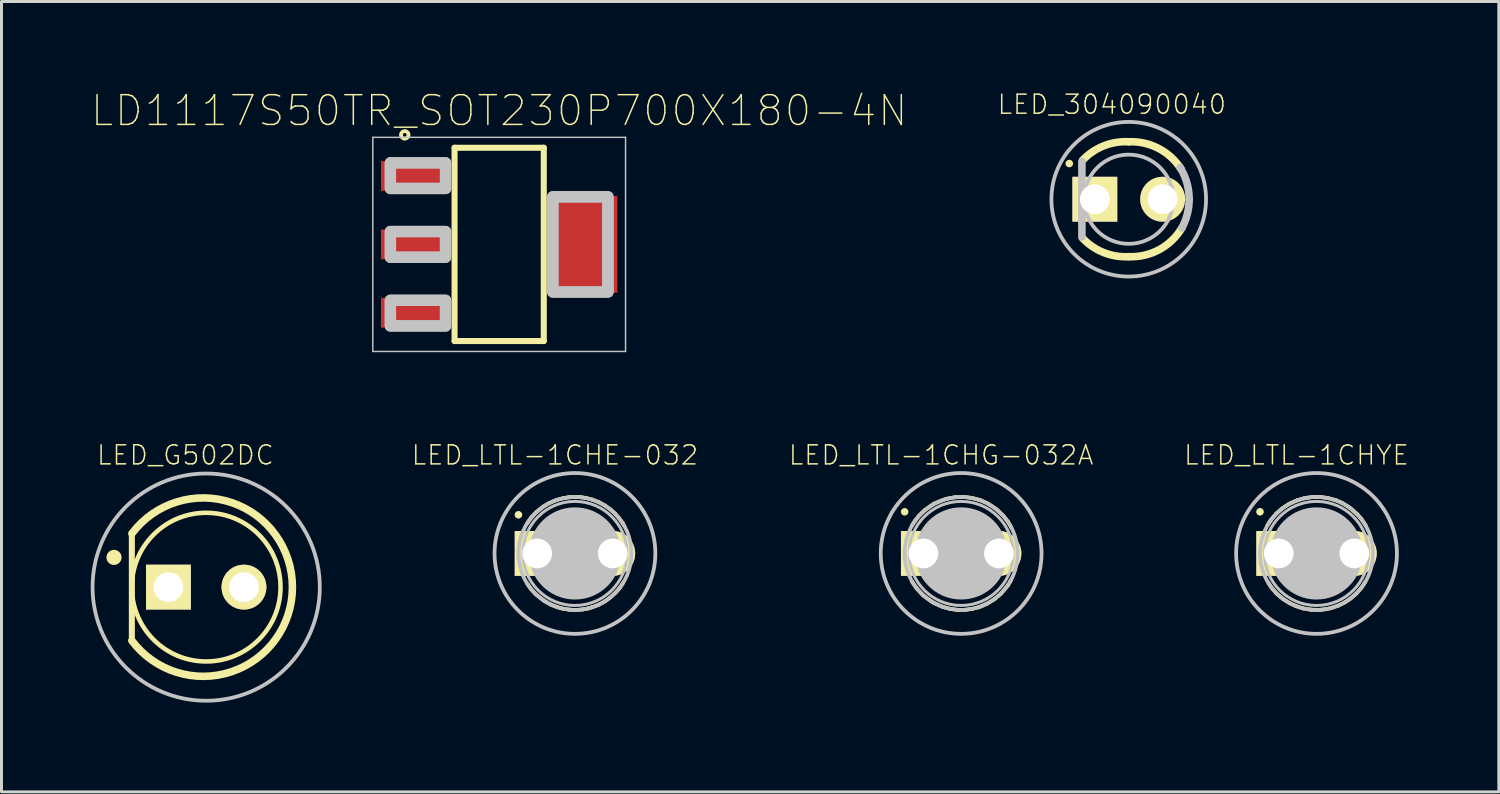
<source format=kicad_pcb>
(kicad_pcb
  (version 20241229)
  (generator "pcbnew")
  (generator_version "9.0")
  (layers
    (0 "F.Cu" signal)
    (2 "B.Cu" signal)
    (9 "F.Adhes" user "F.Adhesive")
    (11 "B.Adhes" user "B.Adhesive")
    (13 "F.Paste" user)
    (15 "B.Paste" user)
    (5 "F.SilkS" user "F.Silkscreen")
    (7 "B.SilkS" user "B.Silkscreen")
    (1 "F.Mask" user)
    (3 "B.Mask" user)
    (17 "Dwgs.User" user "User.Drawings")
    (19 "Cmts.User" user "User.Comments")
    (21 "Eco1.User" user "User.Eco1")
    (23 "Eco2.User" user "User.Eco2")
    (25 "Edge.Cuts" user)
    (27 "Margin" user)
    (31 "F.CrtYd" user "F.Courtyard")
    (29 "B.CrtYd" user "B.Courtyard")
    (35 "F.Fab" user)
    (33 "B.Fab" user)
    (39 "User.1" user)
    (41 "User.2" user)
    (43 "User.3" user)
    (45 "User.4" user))
  (footprint "LED_LTL-1CHE-032"
    (layer "F.Cu")
    (at 16.285 15.562)
    (property "Reference" "LED_LTL-1CHE-032" (at -0.674 -3.306 0) (layer "F.SilkS") (effects (font (size 0.64 0.64) (thickness 0.05))))
    (attr through_hole)
    (fp_line (start -1.611 -1.006) (end -1.466 -1.21) (stroke (width 0.127) (type solid)) (layer "F.SilkS"))
    (fp_line (start -1.606 1.014) (end -1.481 1.194) (stroke (width 0.127) (type solid)) (layer "F.SilkS"))
    (fp_line (start -1.481 1.194) (end -1.313 1.375) (stroke (width 0.127) (type solid)) (layer "F.SilkS"))
    (fp_line (start -1.466 -1.21) (end -1.289 -1.399) (stroke (width 0.127) (type solid)) (layer "F.SilkS"))
    (fp_line (start -1.313 1.375) (end -1.024 1.601) (stroke (width 0.127) (type solid)) (layer "F.SilkS"))
    (fp_line (start -1.289 -1.399) (end -1.04 -1.59) (stroke (width 0.127) (type solid)) (layer "F.SilkS"))
    (fp_line (start -1.04 -1.59) (end -0.873 -1.688) (stroke (width 0.127) (type solid)) (layer "F.SilkS"))
    (fp_line (start -1.024 1.601) (end -0.803 1.724) (stroke (width 0.127) (type solid)) (layer "F.SilkS"))
    (fp_line (start -0.873 -1.688) (end -0.633 -1.793) (stroke (width 0.127) (type solid)) (layer "F.SilkS"))
    (fp_line (start -0.803 1.724) (end -0.607 1.8) (stroke (width 0.127) (type solid)) (layer "F.SilkS"))
    (fp_line (start -0.633 -1.793) (end -0.388 -1.859) (stroke (width 0.127) (type solid)) (layer "F.SilkS"))
    (fp_line (start -0.607 1.8) (end -0.454 1.847) (stroke (width 0.127) (type solid)) (layer "F.SilkS"))
    (fp_line (start -0.454 1.847) (end -0.199 1.891) (stroke (width 0.127) (type solid)) (layer "F.SilkS"))
    (fp_line (start -0.388 -1.859) (end -0.206 -1.888) (stroke (width 0.127) (type solid)) (layer "F.SilkS"))
    (fp_line (start -0.206 -1.888) (end 0.01 -1.902) (stroke (width 0.127) (type solid)) (layer "F.SilkS"))
    (fp_line (start -0.199 1.891) (end 0.042 1.902) (stroke (width 0.127) (type solid)) (layer "F.SilkS"))
    (fp_line (start 0.01 -1.902) (end 0.193 -1.891) (stroke (width 0.127) (type solid)) (layer "F.SilkS"))
    (fp_line (start 0.042 1.902) (end 0.262 1.884) (stroke (width 0.127) (type solid)) (layer "F.SilkS"))
    (fp_line (start 0.193 -1.891) (end 0.363 -1.865) (stroke (width 0.127) (type solid)) (layer "F.SilkS"))
    (fp_line (start 0.262 1.884) (end 0.44 1.851) (stroke (width 0.127) (type solid)) (layer "F.SilkS"))
    (fp_line (start 0.363 -1.865) (end 0.576 -1.811) (stroke (width 0.127) (type solid)) (layer "F.SilkS"))
    (fp_line (start 0.44 1.851) (end 0.59 1.806) (stroke (width 0.127) (type solid)) (layer "F.SilkS"))
    (fp_line (start 0.576 -1.811) (end 0.806 -1.722) (stroke (width 0.127) (type solid)) (layer "F.SilkS"))
    (fp_line (start 0.59 1.806) (end 0.812 1.72) (stroke (width 0.127) (type solid)) (layer "F.SilkS"))
    (fp_line (start 0.806 -1.722) (end 1.012 -1.608) (stroke (width 0.127) (type solid)) (layer "F.SilkS"))
    (fp_line (start 0.812 1.72) (end 1.008 1.61) (stroke (width 0.127) (type solid)) (layer "F.SilkS"))
    (fp_line (start 1.008 1.61) (end 1.177 1.489) (stroke (width 0.127) (type solid)) (layer "F.SilkS"))
    (fp_line (start 1.012 -1.608) (end 1.198 -1.476) (stroke (width 0.127) (type solid)) (layer "F.SilkS"))
    (fp_line (start 1.177 1.489) (end 1.379 1.303) (stroke (width 0.127) (type solid)) (layer "F.SilkS"))
    (fp_line (start 1.198 -1.476) (end 1.349 -1.339) (stroke (width 0.127) (type solid)) (layer "F.SilkS"))
    (fp_line (start 1.349 -1.339) (end 1.484 -1.185) (stroke (width 0.127) (type solid)) (layer "F.SilkS"))
    (fp_line (start 1.379 1.303) (end 1.513 1.151) (stroke (width 0.127) (type solid)) (layer "F.SilkS"))
    (fp_line (start 1.484 -1.185) (end 1.602 -1.025) (stroke (width 0.127) (type solid)) (layer "F.SilkS"))
    (fp_line (start 1.513 1.151) (end 1.624 0.982) (stroke (width 0.127) (type solid)) (layer "F.SilkS"))
    (fp_line (start 1.602 -1.025) (end 1.658 -0.925) (stroke (width 0.127) (type solid)) (layer "F.SilkS"))
    (fp_circle (center -1.9 -1.3) (end -1.773 -1.3) (stroke (width 0) (type solid)) (fill yes) (layer "F.SilkS"))
    (fp_circle (center 0 0) (end 1.55 0) (stroke (width 0) (type solid)) (fill yes) (layer "Dwgs.User"))
    (fp_circle (center 0 0) (end 1.75 0) (stroke (width 0.1) (type solid)) (fill no) (layer "Dwgs.User"))
    (fp_circle (center 0 0) (end 1.9 0) (stroke (width 0.127) (type solid)) (fill no) (layer "Dwgs.User"))
    (fp_circle (center 0 0) (end 2.704 0) (stroke (width 0.127) (type solid)) (fill no) (layer "Dwgs.User"))
    (pad "A" thru_hole circle (at 1.27 0 180) (size 1.508 1.508) (drill 1) (layers "*.Cu" "*.Mask" "F.SilkS"))
    (pad "C" thru_hole rect (at -1.27 0 180) (size 1.508 1.508) (drill 1) (layers "*.Cu" "*.Mask" "F.SilkS")))
  (footprint "LED_LTL-1CHYE"
    (layer "F.Cu")
    (at 41.224 15.562)
    (property "Reference" "LED_LTL-1CHYE" (at -0.674 -3.306 0) (layer "F.SilkS") (effects (font (size 0.64 0.64) (thickness 0.05))))
    (attr through_hole)
    (fp_line (start -1.649 -0.952) (end -1.533 -1.127) (stroke (width 0.127) (type solid)) (layer "F.SilkS"))
    (fp_line (start -1.61 0.999) (end -1.513 1.149) (stroke (width 0.127) (type solid)) (layer "F.SilkS"))
    (fp_line (start -1.533 -1.127) (end -1.356 -1.339) (stroke (width 0.127) (type solid)) (layer "F.SilkS"))
    (fp_line (start -1.513 1.149) (end -1.347 1.344) (stroke (width 0.127) (type solid)) (layer "F.SilkS"))
    (fp_line (start -1.356 -1.339) (end -1.143 -1.521) (stroke (width 0.127) (type solid)) (layer "F.SilkS"))
    (fp_line (start -1.347 1.344) (end -1.132 1.527) (stroke (width 0.127) (type solid)) (layer "F.SilkS"))
    (fp_line (start -1.143 -1.521) (end -0.917 -1.669) (stroke (width 0.127) (type solid)) (layer "F.SilkS"))
    (fp_line (start -1.132 1.527) (end -0.905 1.671) (stroke (width 0.127) (type solid)) (layer "F.SilkS"))
    (fp_line (start -0.917 -1.669) (end -0.661 -1.782) (stroke (width 0.127) (type solid)) (layer "F.SilkS"))
    (fp_line (start -0.905 1.671) (end -0.7 1.765) (stroke (width 0.127) (type solid)) (layer "F.SilkS"))
    (fp_line (start -0.7 1.765) (end -0.459 1.848) (stroke (width 0.127) (type solid)) (layer "F.SilkS"))
    (fp_line (start -0.661 -1.782) (end -0.417 -1.856) (stroke (width 0.127) (type solid)) (layer "F.SilkS"))
    (fp_line (start -0.459 1.848) (end -0.179 1.892) (stroke (width 0.127) (type solid)) (layer "F.SilkS"))
    (fp_line (start -0.417 -1.856) (end -0.127 -1.899) (stroke (width 0.127) (type solid)) (layer "F.SilkS"))
    (fp_line (start -0.179 1.892) (end 0.111 1.899) (stroke (width 0.127) (type solid)) (layer "F.SilkS"))
    (fp_line (start -0.127 -1.899) (end 0.099 -1.902) (stroke (width 0.127) (type solid)) (layer "F.SilkS"))
    (fp_line (start 0.099 -1.902) (end 0.367 -1.865) (stroke (width 0.127) (type solid)) (layer "F.SilkS"))
    (fp_line (start 0.111 1.899) (end 0.311 1.875) (stroke (width 0.127) (type solid)) (layer "F.SilkS"))
    (fp_line (start 0.311 1.875) (end 0.486 1.839) (stroke (width 0.127) (type solid)) (layer "F.SilkS"))
    (fp_line (start 0.367 -1.865) (end 0.654 -1.788) (stroke (width 0.127) (type solid)) (layer "F.SilkS"))
    (fp_line (start 0.486 1.839) (end 0.746 1.748) (stroke (width 0.127) (type solid)) (layer "F.SilkS"))
    (fp_line (start 0.654 -1.788) (end 0.869 -1.693) (stroke (width 0.127) (type solid)) (layer "F.SilkS"))
    (fp_line (start 0.746 1.748) (end 0.956 1.642) (stroke (width 0.127) (type solid)) (layer "F.SilkS"))
    (fp_line (start 0.869 -1.693) (end 1.113 -1.54) (stroke (width 0.127) (type solid)) (layer "F.SilkS"))
    (fp_line (start 0.956 1.642) (end 1.142 1.516) (stroke (width 0.127) (type solid)) (layer "F.SilkS"))
    (fp_line (start 1.113 -1.54) (end 1.373 -1.315) (stroke (width 0.127) (type solid)) (layer "F.SilkS"))
    (fp_line (start 1.142 1.516) (end 1.343 1.344) (stroke (width 0.127) (type solid)) (layer "F.SilkS"))
    (fp_line (start 1.343 1.344) (end 1.503 1.159) (stroke (width 0.127) (type solid)) (layer "F.SilkS"))
    (fp_line (start 1.373 -1.315) (end 1.505 -1.165) (stroke (width 0.127) (type solid)) (layer "F.SilkS"))
    (fp_line (start 1.503 1.159) (end 1.64 0.958) (stroke (width 0.127) (type solid)) (layer "F.SilkS"))
    (fp_line (start 1.505 -1.165) (end 1.659 -0.931) (stroke (width 0.127) (type solid)) (layer "F.SilkS"))
    (fp_circle (center -1.9 -1.4) (end -1.773 -1.4) (stroke (width 0) (type solid)) (fill yes) (layer "F.SilkS"))
    (fp_circle (center 0 0) (end 1.55 0) (stroke (width 0) (type solid)) (fill yes) (layer "Dwgs.User"))
    (fp_circle (center 0 0) (end 1.75 0) (stroke (width 0.1) (type solid)) (fill no) (layer "Dwgs.User"))
    (fp_circle (center 0 0) (end 1.9 0) (stroke (width 0.127) (type solid)) (fill no) (layer "Dwgs.User"))
    (fp_circle (center 0 0) (end 2.704 0) (stroke (width 0.127) (type solid)) (fill no) (layer "Dwgs.User"))
    (pad "A" thru_hole circle (at 1.27 0 180) (size 1.508 1.508) (drill 1) (layers "*.Cu" "*.Mask" "F.SilkS"))
    (pad "C" thru_hole rect (at -1.27 0 180) (size 1.508 1.508) (drill 1) (layers "*.Cu" "*.Mask" "F.SilkS")))
  (footprint "LED_G502DC"
    (layer "F.Cu")
    (at 3.884 16.695)
    (property "Reference" "LED_G502DC" (at -0.699 -4.44 0) (layer "F.SilkS") (effects (font (size 0.64 0.64) (thickness 0.05))))
    (attr through_hole)
    (fp_line (start -2.5 -1.8) (end -2.5 1.8) (stroke (width 0.203) (type solid)) (layer "F.SilkS"))
    (fp_arc (start -2.498114 -1.802512) (mid 2.899983 0.001571) (end -2.5 1.8) (stroke (width 0.254) (type solid)) (layer "F.SilkS"))
    (fp_circle (center -3.1 -1) (end -2.846 -1) (stroke (width 0) (type solid)) (fill yes) (layer "F.SilkS"))
    (fp_circle (center 0 0) (end 2.5 0) (stroke (width 0.152) (type solid)) (fill no) (layer "F.SilkS"))
    (fp_circle (center 0 0) (end 3.821 0) (stroke (width 0.127) (type solid)) (fill no) (layer "Dwgs.User"))
    (pad "A" thru_hole circle (at 1.27 0 180) (size 1.508 1.508) (drill 1) (layers "*.Cu" "*.Mask" "F.SilkS"))
    (pad "C" thru_hole rect (at -1.27 0 180) (size 1.508 1.508) (drill 1) (layers "*.Cu" "*.Mask" "F.SilkS")))
  (footprint "LED_LTL-1CHG-032A"
    (layer "F.Cu")
    (at 29.273 15.562)
    (property "Reference" "LED_LTL-1CHG-032A" (at -0.674 -3.306 0) (layer "F.SilkS") (effects (font (size 0.64 0.64) (thickness 0.05))))
    (attr through_hole)
    (fp_line (start -1.652 0.951) (end -1.497 1.174) (stroke (width 0.127) (type solid)) (layer "F.SilkS"))
    (fp_line (start -1.65 -0.95) (end -1.55 -1.099) (stroke (width 0.127) (type solid)) (layer "F.SilkS"))
    (fp_line (start -1.55 -1.099) (end -1.413 -1.273) (stroke (width 0.127) (type solid)) (layer "F.SilkS"))
    (fp_line (start -1.497 1.174) (end -1.278 1.408) (stroke (width 0.127) (type solid)) (layer "F.SilkS"))
    (fp_line (start -1.413 -1.273) (end -1.218 -1.461) (stroke (width 0.127) (type solid)) (layer "F.SilkS"))
    (fp_line (start -1.278 1.408) (end -0.958 1.642) (stroke (width 0.127) (type solid)) (layer "F.SilkS"))
    (fp_line (start -1.218 -1.461) (end -0.902 -1.677) (stroke (width 0.127) (type solid)) (layer "F.SilkS"))
    (fp_line (start -0.958 1.642) (end -0.637 1.791) (stroke (width 0.127) (type solid)) (layer "F.SilkS"))
    (fp_line (start -0.902 -1.677) (end -0.507 -1.833) (stroke (width 0.127) (type solid)) (layer "F.SilkS"))
    (fp_line (start -0.637 1.791) (end -0.364 1.865) (stroke (width 0.127) (type solid)) (layer "F.SilkS"))
    (fp_line (start -0.507 -1.833) (end -0.205 -1.89) (stroke (width 0.127) (type solid)) (layer "F.SilkS"))
    (fp_line (start -0.364 1.865) (end -0.111 1.899) (stroke (width 0.127) (type solid)) (layer "F.SilkS"))
    (fp_line (start -0.205 -1.89) (end 0.116 -1.897) (stroke (width 0.127) (type solid)) (layer "F.SilkS"))
    (fp_line (start -0.111 1.899) (end 0.126 1.897) (stroke (width 0.127) (type solid)) (layer "F.SilkS"))
    (fp_line (start 0.116 -1.897) (end 0.378 -1.862) (stroke (width 0.127) (type solid)) (layer "F.SilkS"))
    (fp_line (start 0.126 1.897) (end 0.356 1.867) (stroke (width 0.127) (type solid)) (layer "F.SilkS"))
    (fp_line (start 0.356 1.867) (end 0.604 1.806) (stroke (width 0.127) (type solid)) (layer "F.SilkS"))
    (fp_line (start 0.378 -1.862) (end 0.663 -1.785) (stroke (width 0.127) (type solid)) (layer "F.SilkS"))
    (fp_line (start 0.604 1.806) (end 0.879 1.685) (stroke (width 0.127) (type solid)) (layer "F.SilkS"))
    (fp_line (start 0.663 -1.785) (end 0.902 -1.674) (stroke (width 0.127) (type solid)) (layer "F.SilkS"))
    (fp_line (start 0.879 1.685) (end 1.126 1.531) (stroke (width 0.127) (type solid)) (layer "F.SilkS"))
    (fp_line (start 0.902 -1.674) (end 1.203 -1.472) (stroke (width 0.127) (type solid)) (layer "F.SilkS"))
    (fp_line (start 1.126 1.531) (end 1.347 1.342) (stroke (width 0.127) (type solid)) (layer "F.SilkS"))
    (fp_line (start 1.203 -1.472) (end 1.428 -1.252) (stroke (width 0.127) (type solid)) (layer "F.SilkS"))
    (fp_line (start 1.347 1.342) (end 1.579 1.065) (stroke (width 0.127) (type solid)) (layer "F.SilkS"))
    (fp_line (start 1.428 -1.252) (end 1.574 -1.069) (stroke (width 0.127) (type solid)) (layer "F.SilkS"))
    (fp_line (start 1.574 -1.069) (end 1.687 -0.871) (stroke (width 0.127) (type solid)) (layer "F.SilkS"))
    (fp_line (start 1.579 1.065) (end 1.679 0.893) (stroke (width 0.127) (type solid)) (layer "F.SilkS"))
    (fp_circle (center -1.9 -1.4) (end -1.773 -1.4) (stroke (width 0) (type solid)) (fill yes) (layer "F.SilkS"))
    (fp_circle (center 0 0) (end 1.55 0) (stroke (width 0) (type solid)) (fill yes) (layer "Dwgs.User"))
    (fp_circle (center 0 0) (end 1.75 0) (stroke (width 0.1) (type solid)) (fill no) (layer "Dwgs.User"))
    (fp_circle (center 0 0) (end 1.9 0) (stroke (width 0.127) (type solid)) (fill no) (layer "Dwgs.User"))
    (fp_circle (center 0 0) (end 2.704 0) (stroke (width 0.127) (type solid)) (fill no) (layer "Dwgs.User"))
    (pad "A" thru_hole circle (at 1.27 0 180) (size 1.508 1.508) (drill 1) (layers "*.Cu" "*.Mask" "F.SilkS"))
    (pad "C" thru_hole rect (at -1.27 0 180) (size 1.508 1.508) (drill 1) (layers "*.Cu" "*.Mask" "F.SilkS")))
  (footprint "LED_304090040"
    (layer "F.Cu")
    (at 34.909 3.65)
    (property "Reference" "LED_304090040" (at -0.569 -3.187 0) (layer "F.SilkS") (effects (font (size 0.64 0.64) (thickness 0.05))))
    (attr through_hole)
    (fp_arc (start -1.5512 -1.3126) (mid -0.844936 -1.793) (end -0.002179 -1.932117) (stroke (width 0.254) (type solid)) (layer "F.SilkS"))
    (fp_arc (start -0.003221 1.932171) (mid -0.85223 1.789568) (end -1.561 1.3009) (stroke (width 0.254) (type solid)) (layer "F.SilkS"))
    (fp_arc (start 0 -1.932) (mid 1.005621 -1.707968) (end 1.76328 -1.009816) (stroke (width 0.254) (type solid)) (layer "F.SilkS"))
    (fp_arc (start 1.792428 0.957003) (mid 1.03118 1.692623) (end 0 1.932) (stroke (width 0.254) (type solid)) (layer "F.SilkS"))
    (fp_circle (center -2 -1.2) (end -1.873 -1.2) (stroke (width 0) (type solid)) (fill yes) (layer "F.SilkS"))
    (fp_line (start -1.575 -1.27) (end -1.575 1.27) (stroke (width 0.254) (type solid)) (layer "Dwgs.User"))
    (fp_arc (start 1.7306 -1.065) (mid 1.95517 -0.553557) (end 2.032 -0.000291) (stroke (width 0.254) (type solid)) (layer "Dwgs.User"))
    (fp_arc (start 2.032 0.00006) (mid 1.970332 0.496804) (end 1.7891 0.9634) (stroke (width 0.254) (type solid)) (layer "Dwgs.User"))
    (fp_circle (center 0 0) (end 1.5 0) (stroke (width 0.127) (type solid)) (fill no) (layer "Dwgs.User"))
    (fp_circle (center 0 0) (end 2.6 0) (stroke (width 0.127) (type solid)) (fill no) (layer "Dwgs.User"))
    (pad "A" thru_hole circle (at 1.14 0 180) (size 1.508 1.508) (drill 1) (layers "*.Cu" "*.Mask" "F.SilkS"))
    (pad "C" thru_hole rect (at -1.14 0 180) (size 1.508 1.508) (drill 1) (layers "*.Cu" "*.Mask" "F.SilkS")))
  (footprint "LD1117S50TR_SOT230P700X180-4N"
    (layer "F.Cu")
    (at 13.737 5.169)
    (property "Reference" "LD1117S50TR_SOT230P700X180-4N" (at 0 -4.496 0) (layer "F.SilkS") (effects (font (size 1 1) (thickness 0.05))))
    (attr smd)
    (fp_line (start -1.5 -3.25) (end 1.5 -3.25) (stroke (width 0.203) (type solid)) (layer "F.SilkS"))
    (fp_line (start -1.5 3.25) (end -1.5 -3.25) (stroke (width 0.203) (type solid)) (layer "F.SilkS"))
    (fp_line (start 1.5 -3.25) (end 1.5 3.25) (stroke (width 0.203) (type solid)) (layer "F.SilkS"))
    (fp_line (start 1.5 3.25) (end -1.5 3.25) (stroke (width 0.203) (type solid)) (layer "F.SilkS"))
    (fp_circle (center -3.175 -3.683) (end -3.048 -3.683) (stroke (width 0.127) (type solid)) (fill no) (layer "F.SilkS"))
    (fp_line (start -4.25 -3.6) (end 4.25 -3.6) (stroke (width 0.05) (type solid)) (layer "Dwgs.User"))
    (fp_line (start -4.25 3.6) (end -4.25 -3.6) (stroke (width 0.05) (type solid)) (layer "Dwgs.User"))
    (fp_line (start 4.25 -3.6) (end 4.25 3.6) (stroke (width 0.05) (type solid)) (layer "Dwgs.User"))
    (fp_line (start 4.25 3.6) (end -4.25 3.6) (stroke (width 0.05) (type solid)) (layer "Dwgs.User"))
    (fp_poly (pts (xy -1.803 -2.743) (xy -1.803 -1.88) (xy -3.658 -1.88) (xy -3.658 -2.743)) (stroke (width 0.381) (type solid)) (fill no) (layer "Dwgs.User"))
    (fp_poly (pts (xy -1.803 -2.743) (xy -1.803 -1.88) (xy -3.658 -1.88) (xy -3.658 -2.743)) (stroke (width 0.381) (type solid)) (fill no) (layer "Dwgs.User"))
    (fp_poly (pts (xy -1.803 -0.432) (xy -1.803 0.432) (xy -3.658 0.432) (xy -3.658 -0.432)) (stroke (width 0.381) (type solid)) (fill no) (layer "Dwgs.User"))
    (fp_poly (pts (xy -1.803 -0.432) (xy -1.803 0.432) (xy -3.658 0.432) (xy -3.658 -0.432)) (stroke (width 0.381) (type solid)) (fill no) (layer "Dwgs.User"))
    (fp_poly (pts (xy -1.803 1.88) (xy -1.803 2.743) (xy -3.658 2.743) (xy -3.658 1.88)) (stroke (width 0.381) (type solid)) (fill no) (layer "Dwgs.User"))
    (fp_poly (pts (xy -1.803 1.88) (xy -1.803 2.743) (xy -3.658 2.743) (xy -3.658 1.88)) (stroke (width 0.381) (type solid)) (fill no) (layer "Dwgs.User"))
    (fp_poly (pts (xy 3.658 -1.6) (xy 3.658 1.6) (xy 1.803 1.6) (xy 1.803 -1.6)) (stroke (width 0.381) (type solid)) (fill no) (layer "Dwgs.User"))
    (fp_poly (pts (xy 3.658 -1.6) (xy 3.658 1.6) (xy 1.803 1.6) (xy 1.803 -1.6)) (stroke (width 0.381) (type solid)) (fill no) (layer "Dwgs.User"))
    (pad "1" smd rect (at -2.9 -2.3 270) (size 1 2.15) (layers "F.Cu" "F.Mask" "F.Paste"))
    (pad "2" smd rect (at -2.9 0 270) (size 1 2.15) (layers "F.Cu" "F.Mask" "F.Paste"))
    (pad "3" smd rect (at -2.9 2.3 270) (size 1 2.15) (layers "F.Cu" "F.Mask" "F.Paste"))
    (pad "4" smd rect (at 2.9 0 270) (size 3.25 2.15) (layers "F.Cu" "F.Mask" "F.Paste")))
  (gr_rect
    (start -3 -3)
    (end 47.355 23.58)
    (stroke (width 0.1) (type default))
    (fill no)
    (layer "Edge.Cuts")))
</source>
